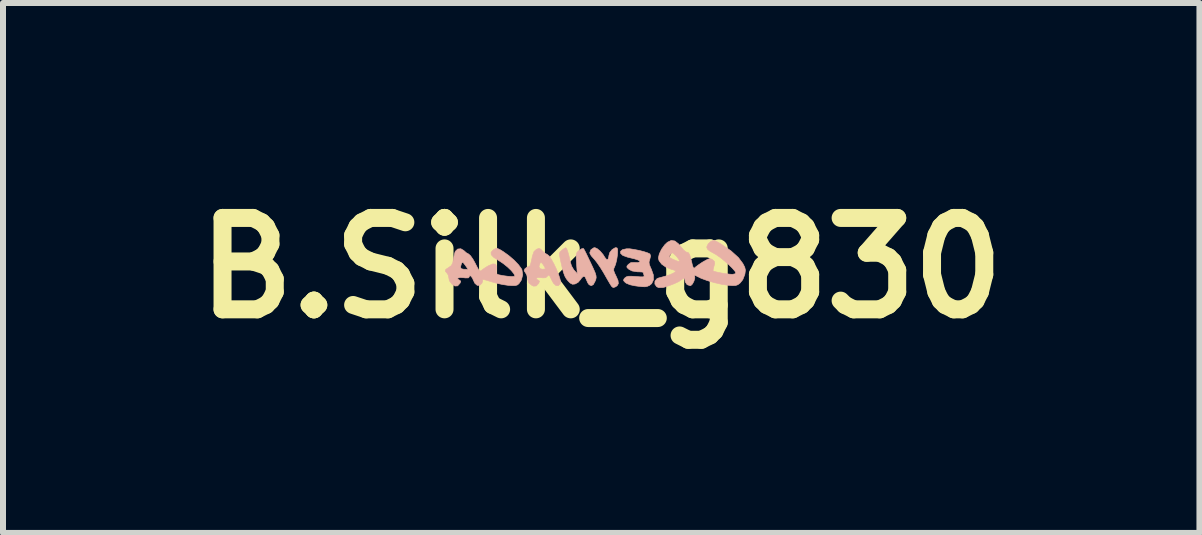
<source format=kicad_pcb>
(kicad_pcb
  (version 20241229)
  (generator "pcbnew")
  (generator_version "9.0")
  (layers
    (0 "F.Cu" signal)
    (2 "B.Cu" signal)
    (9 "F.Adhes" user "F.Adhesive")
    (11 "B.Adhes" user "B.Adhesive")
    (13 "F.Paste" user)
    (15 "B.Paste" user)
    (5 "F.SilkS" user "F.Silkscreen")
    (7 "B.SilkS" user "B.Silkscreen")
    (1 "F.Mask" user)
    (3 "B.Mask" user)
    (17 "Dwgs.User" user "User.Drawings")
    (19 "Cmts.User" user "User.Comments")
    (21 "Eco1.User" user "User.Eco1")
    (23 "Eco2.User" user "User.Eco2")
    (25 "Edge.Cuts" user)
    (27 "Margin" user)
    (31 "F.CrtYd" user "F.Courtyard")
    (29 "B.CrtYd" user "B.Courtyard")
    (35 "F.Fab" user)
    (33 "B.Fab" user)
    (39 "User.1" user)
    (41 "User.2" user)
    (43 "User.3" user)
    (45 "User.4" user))
  (footprint "B.Silk_g830"
    (layer "F.Cu")
    (at 6.974 1.418)
    (property "Reference" "B.Silk_g830" (at 0 0 0) (layer "F.SilkS") (effects (font (size 1.524 1.524) (thickness 0.3))))
    (attr through_hole)
    (fp_poly (pts (xy 0.265 -0.333) (xy 0.274 -0.308) (xy 0.273 -0.256) (xy 0.27 -0.215) (xy 0.258 -0.135) (xy 0.24 -0.063) (xy 0.227 -0.03) (xy 0.21 0.009) (xy 0.208 0.043) (xy 0.224 0.087) (xy 0.247 0.134) (xy 0.28 0.209) (xy 0.286 0.26) (xy 0.265 0.296) (xy 0.235 0.316) (xy 0.199 0.327) (xy 0.172 0.305) (xy 0.163 0.291) (xy 0.139 0.252) (xy 0.101 0.187) (xy 0.056 0.108) (xy 0.036 0.073) (xy -0.016 -0.011) (xy -0.069 -0.088) (xy -0.114 -0.145) (xy -0.126 -0.158) (xy -0.167 -0.204) (xy -0.189 -0.245) (xy -0.191 -0.254) (xy -0.172 -0.304) (xy -0.128 -0.335) (xy -0.106 -0.339) (xy -0.067 -0.322) (xy -0.018 -0.281) (xy 0.03 -0.225) (xy 0.062 -0.174) (xy 0.09 -0.141) (xy 0.114 -0.146) (xy 0.126 -0.188) (xy 0.127 -0.202) (xy 0.143 -0.258) (xy 0.182 -0.307) (xy 0.23 -0.336) (xy 0.246 -0.339) (xy 0.265 -0.333)) (stroke (width 0.01) (type solid)) (fill yes) (layer "B.SilkS"))
    (fp_poly (pts (xy -0.576 -0.32) (xy -0.557 -0.271) (xy -0.538 -0.203) (xy -0.521 -0.128) (xy -0.518 -0.11) (xy -0.495 -0.033) (xy -0.457 0.032) (xy -0.451 0.038) (xy -0.399 0.095) (xy -0.412 -0.078) (xy -0.417 -0.163) (xy -0.417 -0.217) (xy -0.409 -0.251) (xy -0.391 -0.275) (xy -0.367 -0.295) (xy -0.325 -0.321) (xy -0.297 -0.325) (xy -0.295 -0.323) (xy -0.28 -0.299) (xy -0.252 -0.244) (xy -0.215 -0.167) (xy -0.175 -0.083) (xy -0.13 0.013) (xy -0.101 0.08) (xy -0.087 0.126) (xy -0.084 0.16) (xy -0.09 0.191) (xy -0.101 0.219) (xy -0.132 0.277) (xy -0.165 0.295) (xy -0.201 0.28) (xy -0.223 0.25) (xy -0.244 0.203) (xy -0.269 0.149) (xy -0.297 0.138) (xy -0.329 0.168) (xy -0.343 0.19) (xy -0.385 0.239) (xy -0.436 0.267) (xy -0.48 0.271) (xy -0.518 0.251) (xy -0.553 0.216) (xy -0.583 0.178) (xy -0.607 0.135) (xy -0.628 0.078) (xy -0.65 -0.001) (xy -0.675 -0.112) (xy -0.68 -0.135) (xy -0.694 -0.204) (xy -0.696 -0.245) (xy -0.685 -0.271) (xy -0.659 -0.295) (xy -0.655 -0.298) (xy -0.615 -0.326) (xy -0.592 -0.338) (xy -0.592 -0.338) (xy -0.576 -0.32)) (stroke (width 0.01) (type solid)) (fill yes) (layer "B.SilkS"))
    (fp_poly (pts (xy 0.476 -0.32) (xy 0.548 -0.309) (xy 0.631 -0.293) (xy 0.71 -0.273) (xy 0.774 -0.252) (xy 0.81 -0.235) (xy 0.812 -0.234) (xy 0.823 -0.2) (xy 0.81 -0.145) (xy 0.797 -0.1) (xy 0.802 -0.058) (xy 0.825 -0.001) (xy 0.835 0.019) (xy 0.869 0.115) (xy 0.871 0.197) (xy 0.841 0.261) (xy 0.804 0.291) (xy 0.768 0.306) (xy 0.731 0.313) (xy 0.68 0.312) (xy 0.604 0.303) (xy 0.554 0.296) (xy 0.482 0.28) (xy 0.422 0.256) (xy 0.401 0.242) (xy 0.373 0.212) (xy 0.377 0.187) (xy 0.393 0.167) (xy 0.418 0.148) (xy 0.454 0.138) (xy 0.512 0.138) (xy 0.577 0.142) (xy 0.655 0.148) (xy 0.698 0.148) (xy 0.715 0.14) (xy 0.714 0.123) (xy 0.713 0.118) (xy 0.701 0.083) (xy 0.699 0.072) (xy 0.68 0.067) (xy 0.632 0.064) (xy 0.606 0.064) (xy 0.515 0.05) (xy 0.463 0.023) (xy 0.43 -0.007) (xy 0.428 -0.03) (xy 0.452 -0.06) (xy 0.495 -0.09) (xy 0.554 -0.092) (xy 0.56 -0.091) (xy 0.612 -0.09) (xy 0.643 -0.101) (xy 0.644 -0.103) (xy 0.642 -0.117) (xy 0.617 -0.132) (xy 0.563 -0.15) (xy 0.474 -0.172) (xy 0.434 -0.182) (xy 0.36 -0.209) (xy 0.323 -0.244) (xy 0.323 -0.278) (xy 0.356 -0.306) (xy 0.421 -0.32) (xy 0.476 -0.32)) (stroke (width 0.01) (type solid)) (fill yes) (layer "B.SilkS"))
    (fp_poly (pts (xy -1.008 -0.314) (xy -0.984 -0.288) (xy -0.939 -0.247) (xy -0.898 -0.224) (xy -0.868 -0.199) (xy -0.83 -0.143) (xy -0.789 -0.068) (xy -0.748 0.018) (xy -0.713 0.104) (xy -0.688 0.18) (xy -0.677 0.237) (xy -0.68 0.258) (xy -0.715 0.295) (xy -0.755 0.293) (xy -0.797 0.253) (xy -0.827 0.198) (xy -0.853 0.141) (xy -0.87 0.119) (xy -0.886 0.124) (xy -0.897 0.137) (xy -0.926 0.162) (xy -0.972 0.165) (xy -1.002 0.161) (xy -1.053 0.158) (xy -1.081 0.169) (xy -1.077 0.188) (xy -1.049 0.204) (xy -1.029 0.22) (xy -1.041 0.252) (xy -1.043 0.255) (xy -1.082 0.299) (xy -1.127 0.303) (xy -1.155 0.291) (xy -1.207 0.25) (xy -1.226 0.194) (xy -1.227 0.171) (xy -1.242 0.114) (xy -1.262 0.081) (xy -1.285 0.046) (xy -1.274 0.016) (xy -1.27 0.011) (xy -1.234 -0.016) (xy -1.215 -0.021) (xy -1.198 -0.025) (xy -1.197 -0.028) (xy -1.038 -0.028) (xy -1.024 0.009) (xy -0.984 0.021) (xy -0.944 0.017) (xy -0.931 0.01) (xy -0.942 -0.014) (xy -0.966 -0.055) (xy -0.995 -0.089) (xy -1.014 -0.087) (xy -1.019 -0.081) (xy -1.038 -0.028) (xy -1.197 -0.028) (xy -1.185 -0.043) (xy -1.173 -0.083) (xy -1.157 -0.152) (xy -1.147 -0.201) (xy -1.121 -0.274) (xy -1.079 -0.312) (xy -1.038 -0.327) (xy -1.008 -0.314)) (stroke (width 0.01) (type solid)) (fill yes) (layer "B.SilkS"))
    (fp_poly (pts (xy -1.691 -0.308) (xy -1.638 -0.276) (xy -1.543 -0.208) (xy -1.454 -0.132) (xy -1.38 -0.055) (xy -1.331 0.012) (xy -1.322 0.03) (xy -1.309 0.113) (xy -1.331 0.2) (xy -1.37 0.259) (xy -1.396 0.282) (xy -1.431 0.293) (xy -1.486 0.294) (xy -1.548 0.29) (xy -1.644 0.276) (xy -1.753 0.252) (xy -1.837 0.228) (xy -1.907 0.206) (xy -1.957 0.194) (xy -1.977 0.193) (xy -1.977 0.194) (xy -1.978 0.224) (xy -1.99 0.255) (xy -2.026 0.29) (xy -2.068 0.289) (xy -2.107 0.255) (xy -2.127 0.213) (xy -2.149 0.165) (xy -2.174 0.134) (xy -2.194 0.128) (xy -2.201 0.149) (xy -2.216 0.165) (xy -2.263 0.166) (xy -2.297 0.162) (xy -2.355 0.159) (xy -2.389 0.168) (xy -2.393 0.184) (xy -2.361 0.204) (xy -2.342 0.22) (xy -2.353 0.252) (xy -2.355 0.255) (xy -2.394 0.298) (xy -2.438 0.301) (xy -2.486 0.272) (xy -2.531 0.214) (xy -2.54 0.17) (xy -2.551 0.117) (xy -2.572 0.085) (xy -2.6 0.052) (xy -2.591 0.023) (xy -2.544 -0.008) (xy -2.541 -0.01) (xy -2.532 -0.016) (xy -2.346 -0.016) (xy -2.335 0.012) (xy -2.292 0.021) (xy -2.285 0.021) (xy -2.22 0.021) (xy -2.267 -0.046) (xy -2.299 -0.087) (xy -2.316 -0.096) (xy -2.329 -0.077) (xy -2.331 -0.072) (xy -2.346 -0.016) (xy -2.532 -0.016) (xy -2.5 -0.039) (xy -2.477 -0.081) (xy -2.465 -0.143) (xy -2.452 -0.21) (xy -2.438 -0.264) (xy -2.432 -0.278) (xy -2.393 -0.316) (xy -2.341 -0.321) (xy -2.292 -0.292) (xy -2.247 -0.252) (xy -2.211 -0.233) (xy -2.18 -0.205) (xy -2.14 -0.149) (xy -2.099 -0.075) (xy -2.099 -0.074) (xy -2.062 -0.002) (xy -2.038 0.037) (xy -2.019 0.05) (xy -2 0.043) (xy -1.994 0.038) (xy -1.953 0.008) (xy -1.895 -0.029) (xy -1.876 -0.039) (xy -1.807 -0.068) (xy -1.762 -0.063) (xy -1.742 -0.024) (xy -1.745 0.033) (xy -1.75 0.082) (xy -1.734 0.105) (xy -1.71 0.113) (xy -1.635 0.128) (xy -1.559 0.138) (xy -1.494 0.143) (xy -1.451 0.14) (xy -1.439 0.134) (xy -1.456 0.096) (xy -1.499 0.043) (xy -1.561 -0.016) (xy -1.633 -0.074) (xy -1.707 -0.123) (xy -1.712 -0.126) (xy -1.793 -0.177) (xy -1.834 -0.221) (xy -1.837 -0.261) (xy -1.803 -0.299) (xy -1.791 -0.307) (xy -1.759 -0.325) (xy -1.731 -0.326) (xy -1.691 -0.308)) (stroke (width 0.01) (type solid)) (fill yes) (layer "B.SilkS"))
    (fp_poly (pts (xy 1.228 -0.45) (xy 1.29 -0.401) (xy 1.329 -0.352) (xy 1.375 -0.298) (xy 1.416 -0.266) (xy 1.433 -0.262) (xy 1.455 -0.254) (xy 1.475 -0.221) (xy 1.494 -0.156) (xy 1.503 -0.122) (xy 1.52 -0.047) (xy 1.534 -0.008) (xy 1.547 0.004) (xy 1.565 -0.007) (xy 1.577 -0.019) (xy 1.621 -0.052) (xy 1.683 -0.094) (xy 1.716 -0.113) (xy 1.774 -0.145) (xy 1.811 -0.156) (xy 1.839 -0.148) (xy 1.857 -0.137) (xy 1.887 -0.109) (xy 1.891 -0.072) (xy 1.882 -0.037) (xy 1.869 0.014) (xy 1.863 0.044) (xy 1.863 0.045) (xy 1.882 0.056) (xy 1.931 0.069) (xy 1.999 0.083) (xy 2.073 0.095) (xy 2.142 0.103) (xy 2.187 0.106) (xy 2.229 0.098) (xy 2.244 0.083) (xy 2.228 0.051) (xy 2.185 0.002) (xy 2.124 -0.058) (xy 2.053 -0.12) (xy 1.979 -0.179) (xy 1.91 -0.226) (xy 1.878 -0.244) (xy 1.81 -0.282) (xy 1.774 -0.311) (xy 1.761 -0.339) (xy 1.761 -0.356) (xy 1.783 -0.402) (xy 1.823 -0.439) (xy 1.854 -0.455) (xy 1.883 -0.458) (xy 1.92 -0.444) (xy 1.977 -0.412) (xy 2.003 -0.396) (xy 2.164 -0.285) (xy 2.287 -0.174) (xy 2.361 -0.075) (xy 2.393 -0.013) (xy 2.404 0.035) (xy 2.397 0.092) (xy 2.394 0.109) (xy 2.36 0.195) (xy 2.315 0.251) (xy 2.278 0.279) (xy 2.24 0.292) (xy 2.186 0.294) (xy 2.122 0.289) (xy 2.011 0.273) (xy 1.888 0.245) (xy 1.768 0.21) (xy 1.665 0.172) (xy 1.613 0.146) (xy 1.572 0.126) (xy 1.555 0.123) (xy 1.556 0.127) (xy 1.561 0.166) (xy 1.547 0.217) (xy 1.522 0.266) (xy 1.493 0.294) (xy 1.484 0.296) (xy 1.432 0.278) (xy 1.4 0.232) (xy 1.397 0.207) (xy 1.389 0.174) (xy 1.364 0.177) (xy 1.335 0.199) (xy 1.292 0.227) (xy 1.222 0.26) (xy 1.14 0.292) (xy 1.06 0.318) (xy 1.026 0.326) (xy 0.957 0.327) (xy 0.924 0.312) (xy 0.894 0.268) (xy 0.896 0.219) (xy 0.929 0.179) (xy 0.953 0.168) (xy 1.008 0.153) (xy 1.077 0.134) (xy 1.09 0.13) (xy 1.156 0.108) (xy 1.209 0.082) (xy 1.217 0.077) (xy 1.24 0.057) (xy 1.235 0.044) (xy 1.198 0.03) (xy 1.17 0.023) (xy 1.08 -0.013) (xy 1.008 -0.064) (xy 0.964 -0.122) (xy 0.953 -0.166) (xy 0.959 -0.194) (xy 1.134 -0.194) (xy 1.142 -0.174) (xy 1.181 -0.152) (xy 1.2 -0.143) (xy 1.265 -0.116) (xy 1.297 -0.109) (xy 1.303 -0.121) (xy 1.294 -0.143) (xy 1.263 -0.185) (xy 1.228 -0.222) (xy 1.194 -0.25) (xy 1.174 -0.25) (xy 1.151 -0.222) (xy 1.134 -0.194) (xy 0.959 -0.194) (xy 0.968 -0.234) (xy 1.006 -0.313) (xy 1.059 -0.386) (xy 1.104 -0.429) (xy 1.167 -0.459) (xy 1.228 -0.45)) (stroke (width 0.01) (type solid)) (fill yes) (layer "B.SilkS")))
  (gr_rect
    (start -3 -3)
    (end 16.948 5.836)
    (stroke (width 0.1) (type default))
    (fill no)
    (layer "Edge.Cuts")))
</source>
